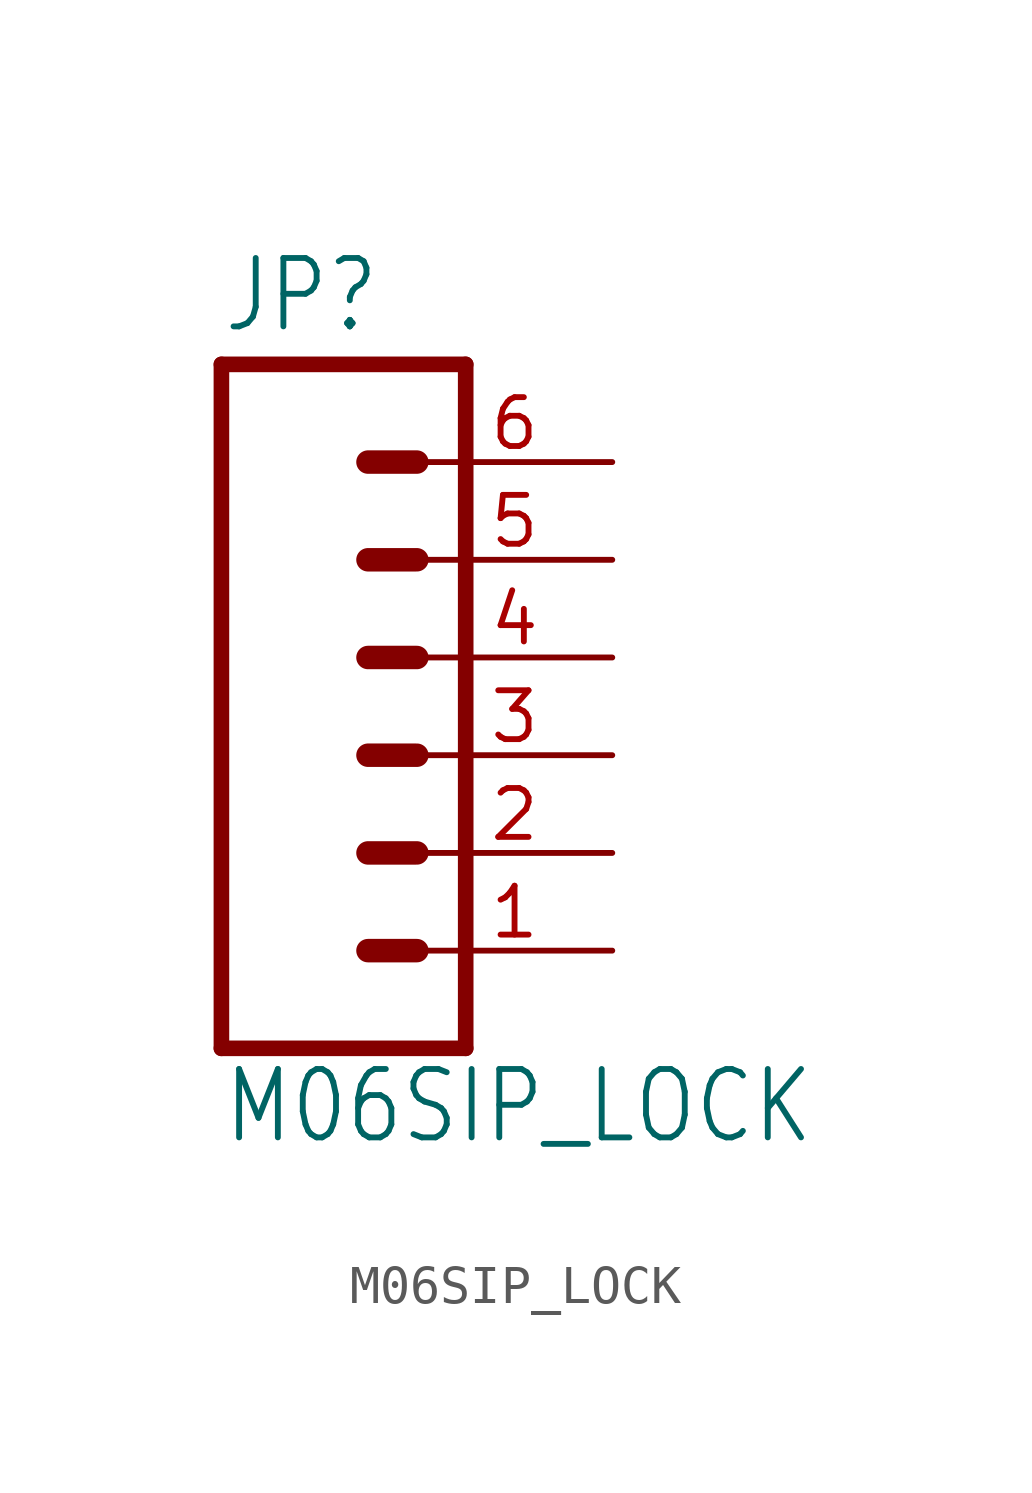
<source format=kicad_sym>
(kicad_symbol_lib
  (version 20211014)
  (generator kicad_symbol_editor)
  (symbol "M06SIP_LOCK"
    (property "Reference" "JP"
      (at -5.08 10.922 0)
      (effects (font (size 1.778 1.511)) (justify left bottom)))
    (property "Value" "M06SIP_LOCK"
      (at -5.08 -10.16 0)
      (effects (font (size 1.778 1.511)) (justify left bottom)))
    (property "ki_locked" ""
      (at 0 0 0)
      (effects (font (size 1.27 1.27))))
    (symbol "M06SIP_LOCK_1_0"
      (polyline (pts (xy -5.08 10.16) (xy -5.08 -7.62)) (stroke (width 0.406) (type default) (color 0 0 0 0)) (fill (type none)))
      (polyline (pts (xy -5.08 10.16) (xy 1.27 10.16)) (stroke (width 0.406) (type default) (color 0 0 0 0)) (fill (type none)))
      (polyline (pts (xy -1.27 -5.08) (xy 0 -5.08)) (stroke (width 0.61) (type default) (color 0 0 0 0)) (fill (type none)))
      (polyline (pts (xy -1.27 -2.54) (xy 0 -2.54)) (stroke (width 0.61) (type default) (color 0 0 0 0)) (fill (type none)))
      (polyline (pts (xy -1.27 0) (xy 0 0)) (stroke (width 0.61) (type default) (color 0 0 0 0)) (fill (type none)))
      (polyline (pts (xy -1.27 2.54) (xy 0 2.54)) (stroke (width 0.61) (type default) (color 0 0 0 0)) (fill (type none)))
      (polyline (pts (xy -1.27 5.08) (xy 0 5.08)) (stroke (width 0.61) (type default) (color 0 0 0 0)) (fill (type none)))
      (polyline (pts (xy -1.27 7.62) (xy 0 7.62)) (stroke (width 0.61) (type default) (color 0 0 0 0)) (fill (type none)))
      (polyline (pts (xy 1.27 -7.62) (xy -5.08 -7.62)) (stroke (width 0.406) (type default) (color 0 0 0 0)) (fill (type none)))
      (polyline (pts (xy 1.27 -7.62) (xy 1.27 10.16)) (stroke (width 0.406) (type default) (color 0 0 0 0)) (fill (type none)))
      (pin passive line (at 5.08 -5.08 180) (length 5.08) (name "1" (effects (font (size 0 0)))) (number "1" (effects (font (size 1.27 1.27)))))
      (pin passive line (at 5.08 -2.54 180) (length 5.08) (name "2" (effects (font (size 0 0)))) (number "2" (effects (font (size 1.27 1.27)))))
      (pin passive line (at 5.08 0 180) (length 5.08) (name "3" (effects (font (size 0 0)))) (number "3" (effects (font (size 1.27 1.27)))))
      (pin passive line (at 5.08 2.54 180) (length 5.08) (name "4" (effects (font (size 0 0)))) (number "4" (effects (font (size 1.27 1.27)))))
      (pin passive line (at 5.08 5.08 180) (length 5.08) (name "5" (effects (font (size 0 0)))) (number "5" (effects (font (size 1.27 1.27)))))
      (pin passive line (at 5.08 7.62 180) (length 5.08) (name "6" (effects (font (size 0 0)))) (number "6" (effects (font (size 1.27 1.27))))))))
</source>
